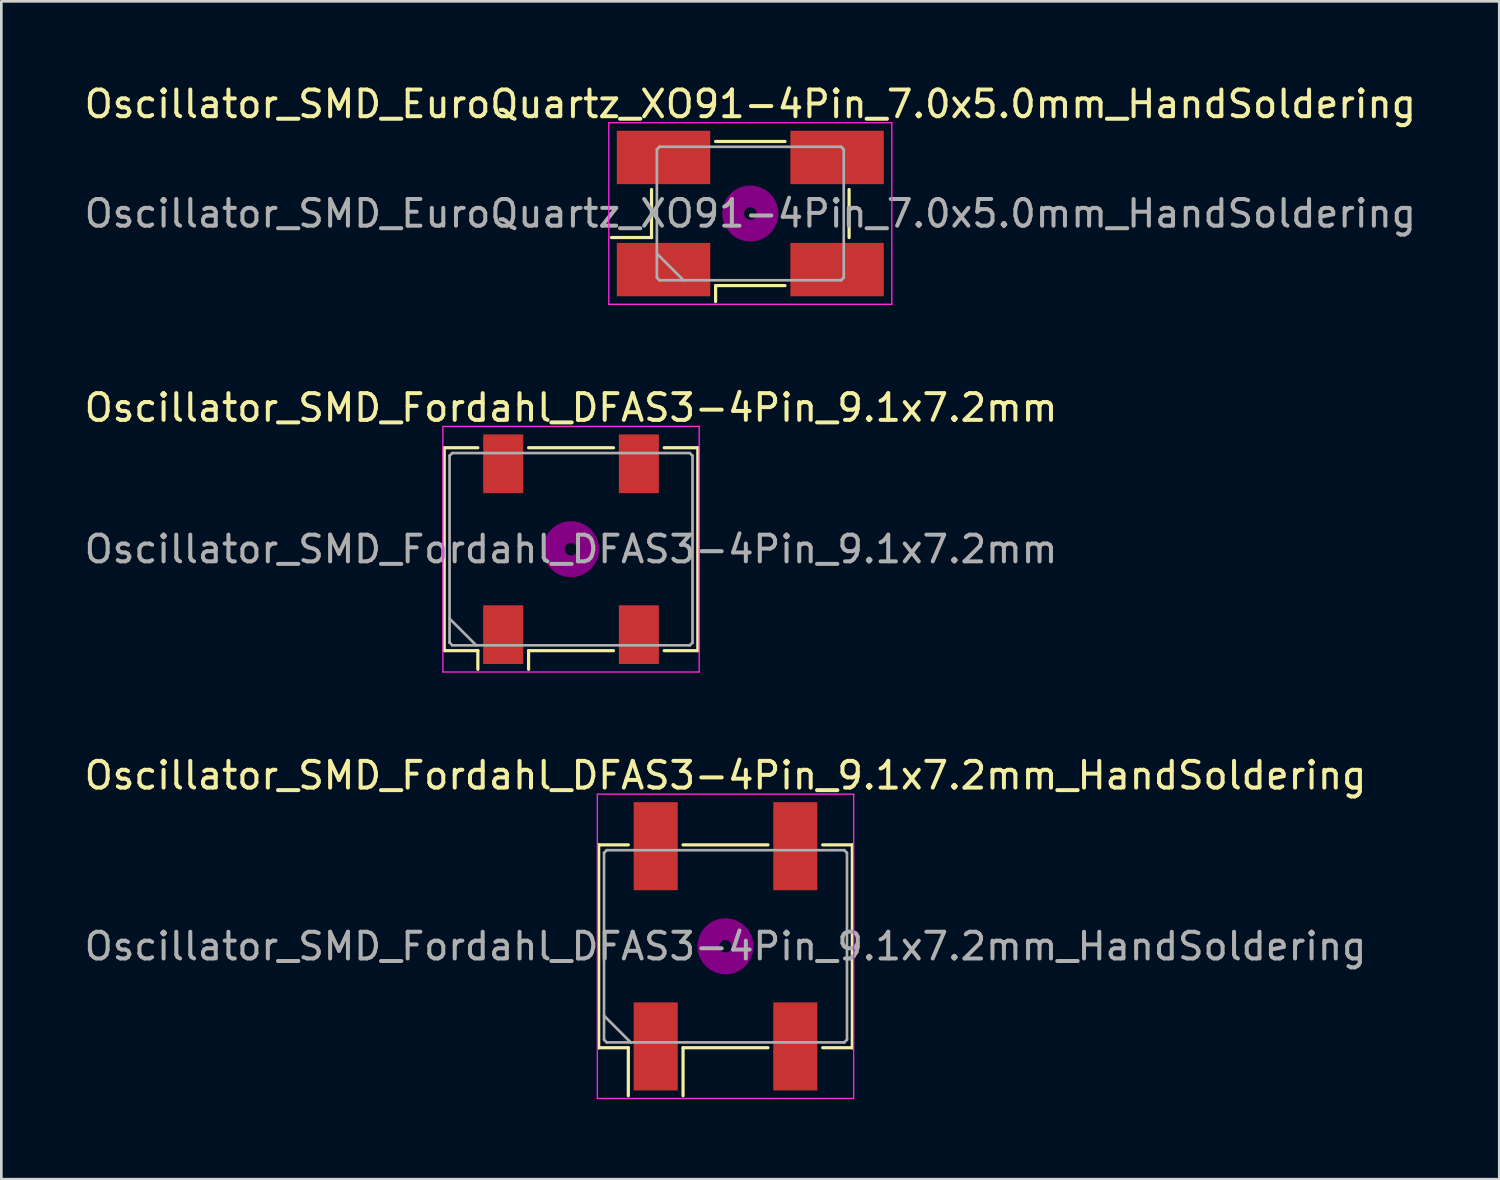
<source format=kicad_pcb>
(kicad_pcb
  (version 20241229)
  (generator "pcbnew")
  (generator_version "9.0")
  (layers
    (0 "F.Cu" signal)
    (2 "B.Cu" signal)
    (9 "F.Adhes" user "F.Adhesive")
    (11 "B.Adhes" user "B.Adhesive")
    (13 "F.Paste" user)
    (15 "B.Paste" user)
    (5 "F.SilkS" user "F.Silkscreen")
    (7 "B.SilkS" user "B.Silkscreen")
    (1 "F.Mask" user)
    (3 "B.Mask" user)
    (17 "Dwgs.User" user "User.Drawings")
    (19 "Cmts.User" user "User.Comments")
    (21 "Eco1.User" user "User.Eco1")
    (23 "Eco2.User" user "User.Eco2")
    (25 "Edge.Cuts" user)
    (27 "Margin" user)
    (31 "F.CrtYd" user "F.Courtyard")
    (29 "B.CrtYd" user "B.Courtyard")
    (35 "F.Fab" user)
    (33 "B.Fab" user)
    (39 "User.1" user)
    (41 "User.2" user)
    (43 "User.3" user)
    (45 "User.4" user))
  (footprint "Oscillator_SMD_EuroQuartz_XO91-4Pin_7.0x5.0mm_HandSoldering"
    (layer "F.Cu")
    (at 25.054 4.948)
    (property "Reference" "Oscillator_SMD_EuroQuartz_XO91-4Pin_7.0x5.0mm_HandSoldering" (at 0 -4.1 0) (layer "F.SilkS") (effects (font (size 1 1) (thickness 0.15))))
    (attr smd)
    (fp_line (start -5.2 0.9) (end -3.7 0.9) (stroke (width 0.12) (type solid)) (layer "F.SilkS"))
    (fp_line (start -3.7 0.9) (end -3.7 -0.9) (stroke (width 0.12) (type solid)) (layer "F.SilkS"))
    (fp_line (start -1.3 -2.7) (end 1.3 -2.7) (stroke (width 0.12) (type solid)) (layer "F.SilkS"))
    (fp_line (start -1.3 2.7) (end -1.3 3.3) (stroke (width 0.12) (type solid)) (layer "F.SilkS"))
    (fp_line (start 1.3 2.7) (end -1.3 2.7) (stroke (width 0.12) (type solid)) (layer "F.SilkS"))
    (fp_line (start 3.7 -0.9) (end 3.7 0.9) (stroke (width 0.12) (type solid)) (layer "F.SilkS"))
    (fp_circle (center 0 0) (end 0.233 0) (stroke (width 0.467) (type solid)) (fill no) (layer "F.Adhes"))
    (fp_circle (center 0 0) (end 0.533 0) (stroke (width 0.333) (type solid)) (fill no) (layer "F.Adhes"))
    (fp_circle (center 0 0) (end 0.833 0) (stroke (width 0.333) (type solid)) (fill no) (layer "F.Adhes"))
    (fp_circle (center 0 0) (end 1 0) (stroke (width 0.1) (type solid)) (fill no) (layer "F.Adhes"))
    (fp_line (start -5.3 -3.4) (end -5.3 3.4) (stroke (width 0.05) (type solid)) (layer "F.CrtYd"))
    (fp_line (start -5.3 3.4) (end 5.3 3.4) (stroke (width 0.05) (type solid)) (layer "F.CrtYd"))
    (fp_line (start 5.3 -3.4) (end -5.3 -3.4) (stroke (width 0.05) (type solid)) (layer "F.CrtYd"))
    (fp_line (start 5.3 3.4) (end 5.3 -3.4) (stroke (width 0.05) (type solid)) (layer "F.CrtYd"))
    (fp_line (start -3.5 -2.4) (end -3.4 -2.5) (stroke (width 0.1) (type solid)) (layer "F.Fab"))
    (fp_line (start -3.5 1.5) (end -2.5 2.5) (stroke (width 0.1) (type solid)) (layer "F.Fab"))
    (fp_line (start -3.5 2.4) (end -3.5 -2.4) (stroke (width 0.1) (type solid)) (layer "F.Fab"))
    (fp_line (start -3.4 -2.5) (end 3.4 -2.5) (stroke (width 0.1) (type solid)) (layer "F.Fab"))
    (fp_line (start -3.4 2.5) (end -3.5 2.4) (stroke (width 0.1) (type solid)) (layer "F.Fab"))
    (fp_line (start 3.4 -2.5) (end 3.5 -2.4) (stroke (width 0.1) (type solid)) (layer "F.Fab"))
    (fp_line (start 3.4 2.5) (end -3.4 2.5) (stroke (width 0.1) (type solid)) (layer "F.Fab"))
    (fp_line (start 3.5 -2.4) (end 3.5 2.4) (stroke (width 0.1) (type solid)) (layer "F.Fab"))
    (fp_line (start 3.5 2.4) (end 3.4 2.5) (stroke (width 0.1) (type solid)) (layer "F.Fab"))
    (fp_text user "${REFERENCE}" (at 0 0 0) (layer "F.Fab") (effects (font (size 1 1) (thickness 0.15))))
    (pad "1" smd rect (at -3.25 2.1) (size 3.5 2) (layers "F.Cu" "F.Mask" "F.Paste"))
    (pad "2" smd rect (at 3.25 2.1) (size 3.5 2) (layers "F.Cu" "F.Mask" "F.Paste"))
    (pad "3" smd rect (at 3.25 -2.1) (size 3.5 2) (layers "F.Cu" "F.Mask" "F.Paste"))
    (pad "4" smd rect (at -3.25 -2.1) (size 3.5 2) (layers "F.Cu" "F.Mask" "F.Paste")))
  (footprint "Oscillator_SMD_Fordahl_DFAS3-4Pin_9.1x7.2mm"
    (layer "F.Cu")
    (at 18.339 17.521)
    (property "Reference" "Oscillator_SMD_Fordahl_DFAS3-4Pin_9.1x7.2mm" (at 0 -5.3 0) (layer "F.SilkS") (effects (font (size 1 1) (thickness 0.15))))
    (attr smd)
    (fp_line (start -4.75 -3.8) (end -3.49 -3.8) (stroke (width 0.12) (type solid)) (layer "F.SilkS"))
    (fp_line (start -4.75 3.8) (end -4.75 -3.8) (stroke (width 0.12) (type solid)) (layer "F.SilkS"))
    (fp_line (start -3.49 3.8) (end -4.75 3.8) (stroke (width 0.12) (type solid)) (layer "F.SilkS"))
    (fp_line (start -3.49 4.5) (end -3.49 3.8) (stroke (width 0.12) (type solid)) (layer "F.SilkS"))
    (fp_line (start -1.59 -3.8) (end 1.59 -3.8) (stroke (width 0.12) (type solid)) (layer "F.SilkS"))
    (fp_line (start -1.59 3.8) (end -1.59 4.5) (stroke (width 0.12) (type solid)) (layer "F.SilkS"))
    (fp_line (start 1.59 3.8) (end -1.59 3.8) (stroke (width 0.12) (type solid)) (layer "F.SilkS"))
    (fp_line (start 3.49 -3.8) (end 4.75 -3.8) (stroke (width 0.12) (type solid)) (layer "F.SilkS"))
    (fp_line (start 4.75 -3.8) (end 4.75 3.8) (stroke (width 0.12) (type solid)) (layer "F.SilkS"))
    (fp_line (start 4.75 3.8) (end 3.49 3.8) (stroke (width 0.12) (type solid)) (layer "F.SilkS"))
    (fp_circle (center 0 0) (end 0.233 0) (stroke (width 0.467) (type solid)) (fill no) (layer "F.Adhes"))
    (fp_circle (center 0 0) (end 0.533 0) (stroke (width 0.333) (type solid)) (fill no) (layer "F.Adhes"))
    (fp_circle (center 0 0) (end 0.833 0) (stroke (width 0.333) (type solid)) (fill no) (layer "F.Adhes"))
    (fp_circle (center 0 0) (end 1 0) (stroke (width 0.1) (type solid)) (fill no) (layer "F.Adhes"))
    (fp_line (start -4.8 -4.6) (end -4.8 4.6) (stroke (width 0.05) (type solid)) (layer "F.CrtYd"))
    (fp_line (start -4.8 4.6) (end 4.8 4.6) (stroke (width 0.05) (type solid)) (layer "F.CrtYd"))
    (fp_line (start 4.8 -4.6) (end -4.8 -4.6) (stroke (width 0.05) (type solid)) (layer "F.CrtYd"))
    (fp_line (start 4.8 4.6) (end 4.8 -4.6) (stroke (width 0.05) (type solid)) (layer "F.CrtYd"))
    (fp_line (start -4.55 -3.5) (end -4.45 -3.6) (stroke (width 0.1) (type solid)) (layer "F.Fab"))
    (fp_line (start -4.55 2.6) (end -3.55 3.6) (stroke (width 0.1) (type solid)) (layer "F.Fab"))
    (fp_line (start -4.55 3.5) (end -4.55 -3.5) (stroke (width 0.1) (type solid)) (layer "F.Fab"))
    (fp_line (start -4.45 -3.6) (end 4.45 -3.6) (stroke (width 0.1) (type solid)) (layer "F.Fab"))
    (fp_line (start -4.45 3.6) (end -4.55 3.5) (stroke (width 0.1) (type solid)) (layer "F.Fab"))
    (fp_line (start 4.45 -3.6) (end 4.55 -3.5) (stroke (width 0.1) (type solid)) (layer "F.Fab"))
    (fp_line (start 4.45 3.6) (end -4.45 3.6) (stroke (width 0.1) (type solid)) (layer "F.Fab"))
    (fp_line (start 4.55 -3.5) (end 4.55 3.5) (stroke (width 0.1) (type solid)) (layer "F.Fab"))
    (fp_line (start 4.55 3.5) (end 4.45 3.6) (stroke (width 0.1) (type solid)) (layer "F.Fab"))
    (fp_text user "${REFERENCE}" (at 0 0 0) (layer "F.Fab") (effects (font (size 1 1) (thickness 0.15))))
    (pad "1" smd rect (at -2.54 3.2) (size 1.5 2.2) (layers "F.Cu" "F.Mask" "F.Paste"))
    (pad "2" smd rect (at 2.54 3.2) (size 1.5 2.2) (layers "F.Cu" "F.Mask" "F.Paste"))
    (pad "3" smd rect (at 2.54 -3.2) (size 1.5 2.2) (layers "F.Cu" "F.Mask" "F.Paste"))
    (pad "4" smd rect (at -2.54 -3.2) (size 1.5 2.2) (layers "F.Cu" "F.Mask" "F.Paste")))
  (footprint "Oscillator_SMD_Fordahl_DFAS3-4Pin_9.1x7.2mm_HandSoldering"
    (layer "F.Cu")
    (at 24.125 32.395)
    (property "Reference" "Oscillator_SMD_Fordahl_DFAS3-4Pin_9.1x7.2mm_HandSoldering" (at 0 -6.4 0) (layer "F.SilkS") (effects (font (size 1 1) (thickness 0.15))))
    (attr smd)
    (fp_line (start -4.75 -3.8) (end -3.64 -3.8) (stroke (width 0.12) (type solid)) (layer "F.SilkS"))
    (fp_line (start -4.75 3.8) (end -4.75 -3.8) (stroke (width 0.12) (type solid)) (layer "F.SilkS"))
    (fp_line (start -3.64 3.8) (end -4.75 3.8) (stroke (width 0.12) (type solid)) (layer "F.SilkS"))
    (fp_line (start -3.64 5.6) (end -3.64 3.8) (stroke (width 0.12) (type solid)) (layer "F.SilkS"))
    (fp_line (start -1.59 -3.8) (end 1.59 -3.8) (stroke (width 0.12) (type solid)) (layer "F.SilkS"))
    (fp_line (start -1.59 3.8) (end -1.59 5.6) (stroke (width 0.12) (type solid)) (layer "F.SilkS"))
    (fp_line (start 1.59 3.8) (end -1.59 3.8) (stroke (width 0.12) (type solid)) (layer "F.SilkS"))
    (fp_line (start 3.64 -3.8) (end 4.75 -3.8) (stroke (width 0.12) (type solid)) (layer "F.SilkS"))
    (fp_line (start 4.75 -3.8) (end 4.75 3.8) (stroke (width 0.12) (type solid)) (layer "F.SilkS"))
    (fp_line (start 4.75 3.8) (end 3.64 3.8) (stroke (width 0.12) (type solid)) (layer "F.SilkS"))
    (fp_circle (center 0 0) (end 0.233 0) (stroke (width 0.467) (type solid)) (fill no) (layer "F.Adhes"))
    (fp_circle (center 0 0) (end 0.533 0) (stroke (width 0.333) (type solid)) (fill no) (layer "F.Adhes"))
    (fp_circle (center 0 0) (end 0.833 0) (stroke (width 0.333) (type solid)) (fill no) (layer "F.Adhes"))
    (fp_circle (center 0 0) (end 1 0) (stroke (width 0.1) (type solid)) (fill no) (layer "F.Adhes"))
    (fp_line (start -4.8 -5.7) (end -4.8 5.7) (stroke (width 0.05) (type solid)) (layer "F.CrtYd"))
    (fp_line (start -4.8 5.7) (end 4.8 5.7) (stroke (width 0.05) (type solid)) (layer "F.CrtYd"))
    (fp_line (start 4.8 -5.7) (end -4.8 -5.7) (stroke (width 0.05) (type solid)) (layer "F.CrtYd"))
    (fp_line (start 4.8 5.7) (end 4.8 -5.7) (stroke (width 0.05) (type solid)) (layer "F.CrtYd"))
    (fp_line (start -4.55 -3.5) (end -4.45 -3.6) (stroke (width 0.1) (type solid)) (layer "F.Fab"))
    (fp_line (start -4.55 2.6) (end -3.55 3.6) (stroke (width 0.1) (type solid)) (layer "F.Fab"))
    (fp_line (start -4.55 3.5) (end -4.55 -3.5) (stroke (width 0.1) (type solid)) (layer "F.Fab"))
    (fp_line (start -4.45 -3.6) (end 4.45 -3.6) (stroke (width 0.1) (type solid)) (layer "F.Fab"))
    (fp_line (start -4.45 3.6) (end -4.55 3.5) (stroke (width 0.1) (type solid)) (layer "F.Fab"))
    (fp_line (start 4.45 -3.6) (end 4.55 -3.5) (stroke (width 0.1) (type solid)) (layer "F.Fab"))
    (fp_line (start 4.45 3.6) (end -4.45 3.6) (stroke (width 0.1) (type solid)) (layer "F.Fab"))
    (fp_line (start 4.55 -3.5) (end 4.55 3.5) (stroke (width 0.1) (type solid)) (layer "F.Fab"))
    (fp_line (start 4.55 3.5) (end 4.45 3.6) (stroke (width 0.1) (type solid)) (layer "F.Fab"))
    (fp_text user "${REFERENCE}" (at 0 0 0) (layer "F.Fab") (effects (font (size 1 1) (thickness 0.15))))
    (pad "1" smd rect (at -2.615 3.75) (size 1.65 3.3) (layers "F.Cu" "F.Mask" "F.Paste"))
    (pad "2" smd rect (at 2.615 3.75) (size 1.65 3.3) (layers "F.Cu" "F.Mask" "F.Paste"))
    (pad "3" smd rect (at 2.615 -3.75) (size 1.65 3.3) (layers "F.Cu" "F.Mask" "F.Paste"))
    (pad "4" smd rect (at -2.615 -3.75) (size 1.65 3.3) (layers "F.Cu" "F.Mask" "F.Paste")))
  (gr_rect
    (start -3 -3)
    (end 53.107 41.12)
    (stroke (width 0.1) (type default))
    (fill no)
    (layer "Edge.Cuts")))
</source>
